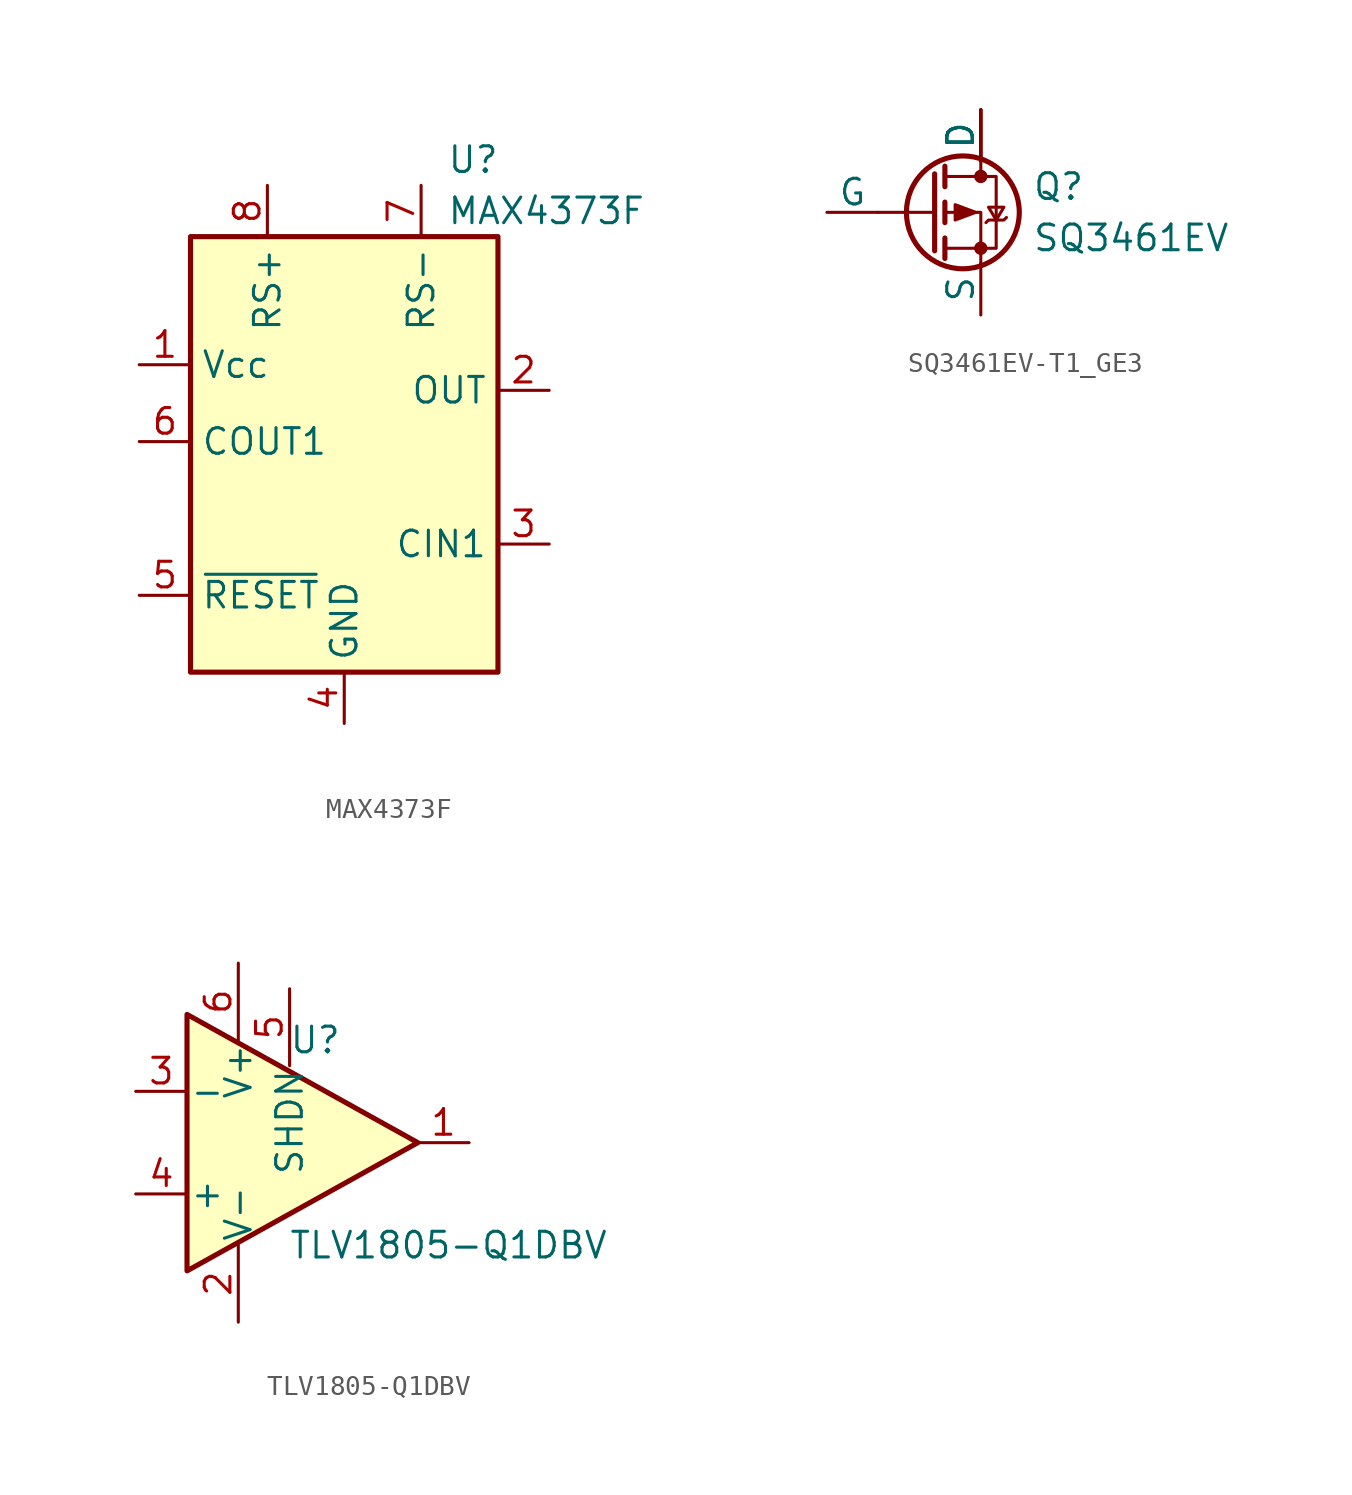
<source format=kicad_sym>
(kicad_symbol_lib
  (version 20231120)
  (generator "kicad_symbol_editor")
  (generator_version "8.0")
  (symbol "MAX4373F"
    (property "Reference" "U"
      (at 5.08 3.81 0)
      (effects (font (size 1.27 1.27)) (justify left)))
    (property "Value" "MAX4373F"
      (at 5.08 1.27 0)
      (effects (font (size 1.27 1.27)) (justify left)))
    (symbol "MAX4373F_0_1"
      (rectangle (start -7.62 0) (end 7.62 -21.59) (stroke (width 0.254) (type default)) (fill (type background))))
    (symbol "MAX4373F_1_1"
      (pin input line (at -10.16 -6.35 0) (length 2.54) (name "Vcc" (effects (font (size 1.27 1.27)))) (number "1" (effects (font (size 1.27 1.27)))))
      (pin input line (at 10.16 -7.62 180) (length 2.54) (name "OUT" (effects (font (size 1.27 1.27)))) (number "2" (effects (font (size 1.27 1.27)))))
      (pin input line (at 10.16 -15.24 180) (length 2.54) (name "CIN1" (effects (font (size 1.27 1.27)))) (number "3" (effects (font (size 1.27 1.27)))))
      (pin input line (at 0 -24.13 90) (length 2.54) (name "GND" (effects (font (size 1.27 1.27)))) (number "4" (effects (font (size 1.27 1.27)))))
      (pin input line (at -10.16 -17.78 0) (length 2.54) (name "~{RESET}" (effects (font (size 1.27 1.27)))) (number "5" (effects (font (size 1.27 1.27)))))
      (pin input line (at -10.16 -10.16 0) (length 2.54) (name "COUT1" (effects (font (size 1.27 1.27)))) (number "6" (effects (font (size 1.27 1.27)))))
      (pin input line (at 3.81 2.54 270) (length 2.54) (name "RS-" (effects (font (size 1.27 1.27)))) (number "7" (effects (font (size 1.27 1.27)))))
      (pin input line (at -3.81 2.54 270) (length 2.54) (name "RS+" (effects (font (size 1.27 1.27)))) (number "8" (effects (font (size 1.27 1.27)))))))
  (symbol "SQ3461EV-T1_GE3"
    (pin_numbers hide)
    (pin_names
      (offset 0))
    (property "Reference" "Q"
      (at 5.08 1.27 0)
      (effects (font (size 1.27 1.27)) (justify left)))
    (property "Value" "SQ3461EV"
      (at 5.08 -1.27 0)
      (effects (font (size 1.27 1.27)) (justify left)))
    (symbol "SQ3461EV-T1_GE3_0_1"
      (polyline (pts (xy 0.254 0) (xy -2.54 0)) (stroke (width 0) (type default)) (fill (type none)))
      (polyline (pts (xy 0.254 1.905) (xy 0.254 -1.905)) (stroke (width 0.254) (type default)) (fill (type none)))
      (polyline (pts (xy 0.762 -1.27) (xy 0.762 -2.286)) (stroke (width 0.254) (type default)) (fill (type none)))
      (polyline (pts (xy 0.762 0.508) (xy 0.762 -0.508)) (stroke (width 0.254) (type default)) (fill (type none)))
      (polyline (pts (xy 0.762 2.286) (xy 0.762 1.27)) (stroke (width 0.254) (type default)) (fill (type none)))
      (polyline (pts (xy 2.54 2.54) (xy 2.54 1.778)) (stroke (width 0) (type default)) (fill (type none)))
      (polyline (pts (xy 2.54 -2.54) (xy 2.54 0) (xy 0.762 0)) (stroke (width 0) (type default)) (fill (type none)))
      (polyline (pts (xy 0.762 1.778) (xy 3.302 1.778) (xy 3.302 -1.778) (xy 0.762 -1.778)) (stroke (width 0) (type default)) (fill (type none)))
      (polyline (pts (xy 2.286 0) (xy 1.27 0.381) (xy 1.27 -0.381) (xy 2.286 0)) (stroke (width 0) (type default)) (fill (type outline)))
      (polyline (pts (xy 2.794 -0.508) (xy 2.921 -0.381) (xy 3.683 -0.381) (xy 3.81 -0.254)) (stroke (width 0) (type default)) (fill (type none)))
      (polyline (pts (xy 3.302 -0.381) (xy 2.921 0.254) (xy 3.683 0.254) (xy 3.302 -0.381)) (stroke (width 0) (type default)) (fill (type none)))
      (circle (center 1.651 0) (radius 2.794) (stroke (width 0.254) (type default)) (fill (type none)))
      (circle (center 2.54 -1.778) (radius 0.254) (stroke (width 0) (type default)) (fill (type outline)))
      (circle (center 2.54 1.778) (radius 0.254) (stroke (width 0) (type default)) (fill (type outline))))
    (symbol "SQ3461EV-T1_GE3_1_1"
      (pin passive line (at 2.54 5.08 270) (length 2.54) (name "D" (effects (font (size 1.27 1.27)))) (number "1" (effects (font (size 1.27 1.27)))))
      (pin passive line (at 2.54 5.08 270) (length 2.54) (name "D" (effects (font (size 1.27 1.27)))) (number "2" (effects (font (size 1.27 1.27)))))
      (pin input line (at -5.08 0 0) (length 2.54) (name "G" (effects (font (size 1.27 1.27)))) (number "3" (effects (font (size 1.27 1.27)))))
      (pin passive line (at 2.54 -5.08 90) (length 2.54) (name "S" (effects (font (size 1.27 1.27)))) (number "4" (effects (font (size 1.27 1.27)))))
      (pin passive line (at 2.54 5.08 270) (length 2.54) (name "D" (effects (font (size 1.27 1.27)))) (number "5" (effects (font (size 1.27 1.27)))))
      (pin passive line (at 2.54 5.08 270) (length 2.54) (name "D" (effects (font (size 1.27 1.27)))) (number "6" (effects (font (size 1.27 1.27)))))))
  (symbol "TLV1805-Q1DBV"
    (pin_names
      (offset 0.127))
    (property "Reference" "U"
      (at 1.27 5.08 0)
      (effects (font (size 1.27 1.27))))
    (property "Value" "TLV1805-Q1DBV"
      (at 7.874 -5.08 0)
      (effects (font (size 1.27 1.27))))
    (symbol "TLV1805-Q1DBV_0_1"
      (polyline (pts (xy -5.08 6.35) (xy 6.35 0) (xy -5.08 -6.35) (xy -5.08 6.35)) (stroke (width 0.254) (type default)) (fill (type background))))
    (symbol "TLV1805-Q1DBV_1_1"
      (pin open_collector line (at 8.89 0 180) (length 2.54) (name "" (effects (font (size 1.27 1.27)))) (number "1" (effects (font (size 1.27 1.27)))))
      (pin power_in line (at -2.54 -8.89 90) (length 3.81) (name "V-" (effects (font (size 1.27 1.27)))) (number "2" (effects (font (size 1.27 1.27)))))
      (pin input line (at -7.62 2.54 0) (length 2.54) (name "-" (effects (font (size 1.27 1.27)))) (number "3" (effects (font (size 1.27 1.27)))))
      (pin input line (at -7.62 -2.54 0) (length 2.54) (name "+" (effects (font (size 1.27 1.27)))) (number "4" (effects (font (size 1.27 1.27)))))
      (pin input line (at 0 7.62 270) (length 3.81) (name "SHDN" (effects (font (size 1.27 1.27)))) (number "5" (effects (font (size 1.27 1.27)))))
      (pin power_in line (at -2.54 8.89 270) (length 3.81) (name "V+" (effects (font (size 1.27 1.27)))) (number "6" (effects (font (size 1.27 1.27))))))))
</source>
